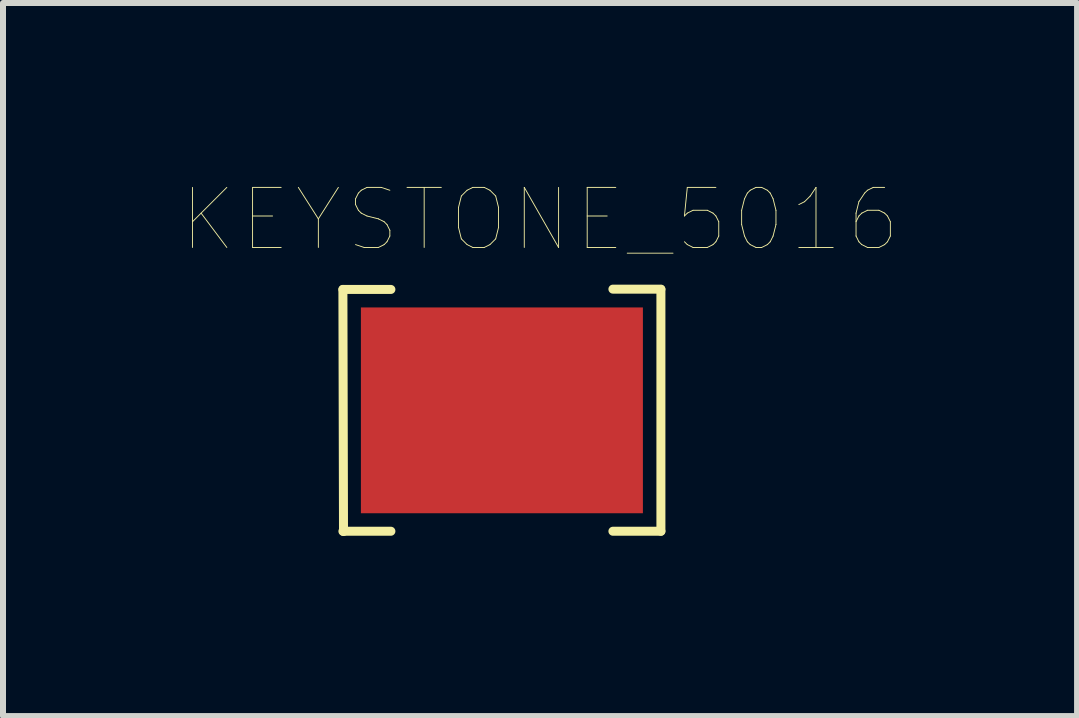
<source format=kicad_pcb>
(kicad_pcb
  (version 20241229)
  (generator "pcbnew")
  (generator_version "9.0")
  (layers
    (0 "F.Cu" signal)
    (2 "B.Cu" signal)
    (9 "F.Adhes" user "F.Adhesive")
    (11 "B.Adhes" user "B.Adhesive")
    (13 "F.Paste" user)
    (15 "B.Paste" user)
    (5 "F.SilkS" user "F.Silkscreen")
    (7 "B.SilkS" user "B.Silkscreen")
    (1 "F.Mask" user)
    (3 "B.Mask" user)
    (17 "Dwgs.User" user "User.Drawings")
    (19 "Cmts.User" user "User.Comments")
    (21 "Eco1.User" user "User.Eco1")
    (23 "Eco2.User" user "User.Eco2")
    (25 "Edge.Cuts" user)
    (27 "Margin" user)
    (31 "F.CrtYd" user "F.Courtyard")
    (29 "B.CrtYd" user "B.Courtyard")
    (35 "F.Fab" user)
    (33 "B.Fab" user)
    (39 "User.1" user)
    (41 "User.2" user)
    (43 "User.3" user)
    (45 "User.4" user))
  (footprint "KEYSTONE_5016"
    (layer "F.Cu")
    (at 5.315 3.789)
    (property "Reference" "KEYSTONE_5016" (at 0.635 -3.177 0) (layer "F.SilkS") (effects (font (size 1.001 1.001) (thickness 0.015))))
    (attr through_hole)
    (fp_line (start -2.65 -2.015) (end -2.64 2.02) (stroke (width 0.15) (type solid)) (layer "F.SilkS"))
    (fp_line (start -1.85 -2.015) (end -2.65 -2.015) (stroke (width 0.15) (type solid)) (layer "F.SilkS"))
    (fp_line (start -1.85 2.015) (end -2.65 2.015) (stroke (width 0.15) (type solid)) (layer "F.SilkS"))
    (fp_line (start 2.65 -2.02) (end 1.85 -2.02) (stroke (width 0.15) (type solid)) (layer "F.SilkS"))
    (fp_line (start 2.65 -2.015) (end 2.65 2.015) (stroke (width 0.15) (type solid)) (layer "F.SilkS"))
    (fp_line (start 2.65 2.015) (end 1.85 2.015) (stroke (width 0.15) (type solid)) (layer "F.SilkS"))
    (pad "TP" smd rect (at 0 0) (size 4.7 3.43) (layers "F.Cu" "F.Mask" "F.Paste")))
  (gr_rect
    (start -3 -3)
    (end 14.901 8.884)
    (stroke (width 0.1) (type default))
    (fill no)
    (layer "Edge.Cuts")))
</source>
